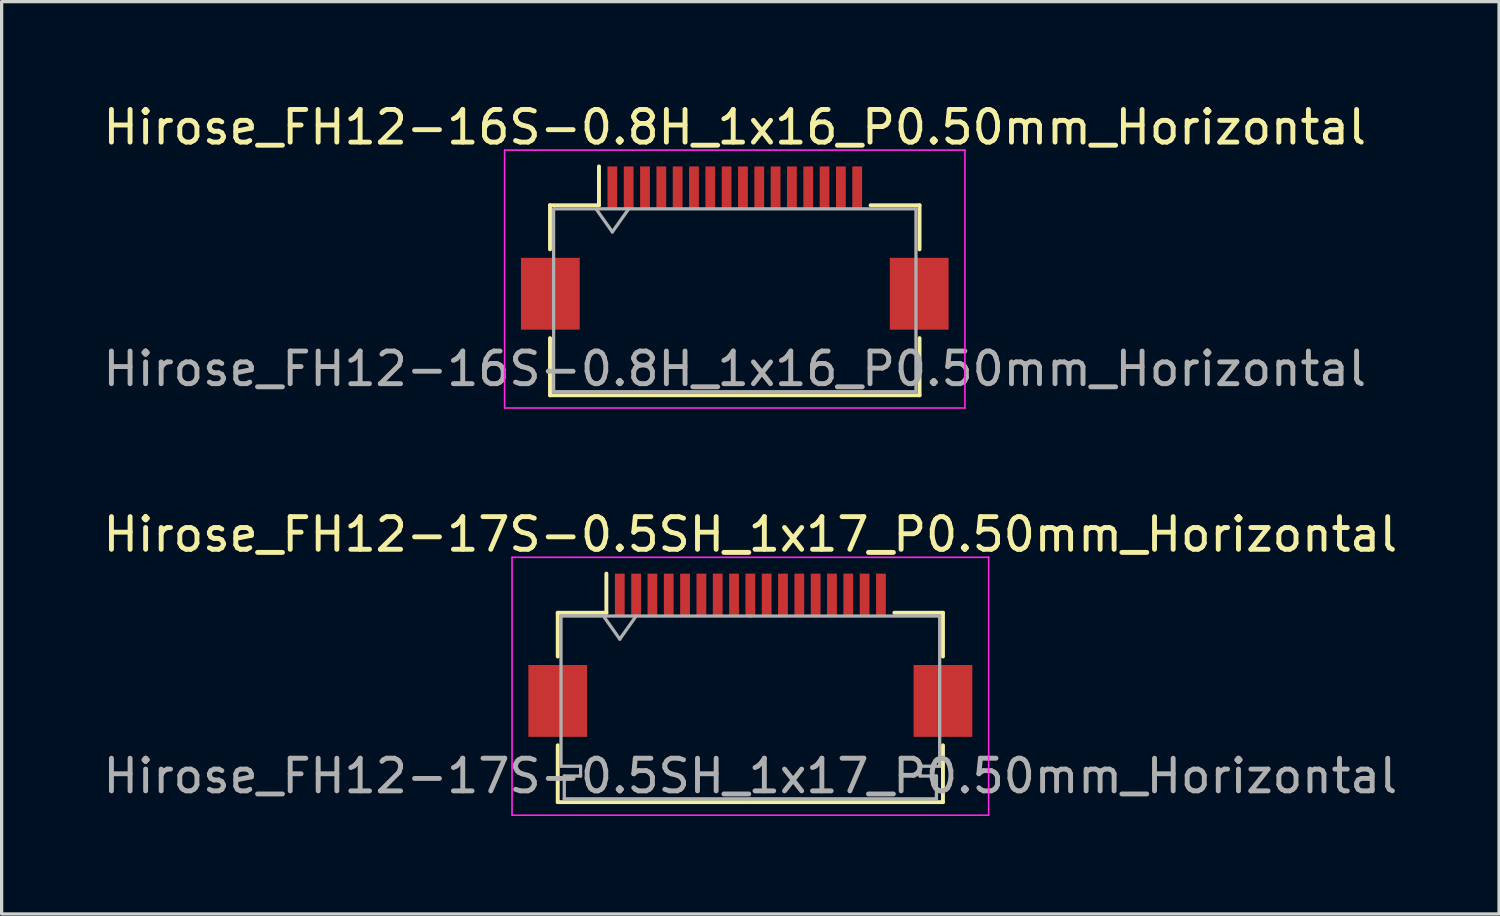
<source format=kicad_pcb>
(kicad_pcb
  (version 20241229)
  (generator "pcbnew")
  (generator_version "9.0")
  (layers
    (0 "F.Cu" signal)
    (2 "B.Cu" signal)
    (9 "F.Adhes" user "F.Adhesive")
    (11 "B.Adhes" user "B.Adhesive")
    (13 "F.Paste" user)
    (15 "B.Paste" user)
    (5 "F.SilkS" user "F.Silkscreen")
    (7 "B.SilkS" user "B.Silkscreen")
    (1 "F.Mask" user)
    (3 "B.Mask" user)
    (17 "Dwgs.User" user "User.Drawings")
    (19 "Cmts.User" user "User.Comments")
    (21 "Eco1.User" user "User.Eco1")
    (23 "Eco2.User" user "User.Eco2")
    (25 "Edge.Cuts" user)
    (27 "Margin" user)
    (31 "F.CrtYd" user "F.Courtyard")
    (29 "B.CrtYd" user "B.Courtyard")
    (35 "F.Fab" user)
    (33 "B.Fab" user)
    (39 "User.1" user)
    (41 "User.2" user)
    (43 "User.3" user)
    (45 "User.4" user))
  (footprint "Hirose_FH12-16S-0.8H_1x16_P0.50mm_Horizontal"
    (layer "F.Cu")
    (at 19.458 4.548)
    (property "Reference" "Hirose_FH12-16S-0.8H_1x16_P0.50mm_Horizontal" (at 0 -3.7 0) (layer "F.SilkS") (effects (font (size 1 1) (thickness 0.15))))
    (attr smd)
    (fp_line (start -5.66 -1.31) (end -4.16 -1.31) (stroke (width 0.12) (type solid)) (layer "F.SilkS"))
    (fp_line (start -5.66 0.04) (end -5.66 -1.31) (stroke (width 0.12) (type solid)) (layer "F.SilkS"))
    (fp_line (start -5.66 2.76) (end -5.66 4.51) (stroke (width 0.12) (type solid)) (layer "F.SilkS"))
    (fp_line (start -5.66 4.51) (end 5.66 4.51) (stroke (width 0.12) (type solid)) (layer "F.SilkS"))
    (fp_line (start -4.16 -1.31) (end -4.16 -2.5) (stroke (width 0.12) (type solid)) (layer "F.SilkS"))
    (fp_line (start 5.66 -1.31) (end 4.16 -1.31) (stroke (width 0.12) (type solid)) (layer "F.SilkS"))
    (fp_line (start 5.66 0.04) (end 5.66 -1.31) (stroke (width 0.12) (type solid)) (layer "F.SilkS"))
    (fp_line (start 5.66 4.51) (end 5.66 2.76) (stroke (width 0.12) (type solid)) (layer "F.SilkS"))
    (fp_line (start -7.05 -3) (end -7.05 4.9) (stroke (width 0.05) (type solid)) (layer "F.CrtYd"))
    (fp_line (start -7.05 4.9) (end 7.05 4.9) (stroke (width 0.05) (type solid)) (layer "F.CrtYd"))
    (fp_line (start 7.05 -3) (end -7.05 -3) (stroke (width 0.05) (type solid)) (layer "F.CrtYd"))
    (fp_line (start 7.05 4.9) (end 7.05 -3) (stroke (width 0.05) (type solid)) (layer "F.CrtYd"))
    (fp_line (start -5.55 -1.2) (end -5.55 4.4) (stroke (width 0.1) (type solid)) (layer "F.Fab"))
    (fp_line (start -5.55 -1.2) (end 5.55 -1.2) (stroke (width 0.1) (type solid)) (layer "F.Fab"))
    (fp_line (start -5.55 4.4) (end 5.55 4.4) (stroke (width 0.1) (type solid)) (layer "F.Fab"))
    (fp_line (start -4.25 -1.2) (end -3.75 -0.493) (stroke (width 0.1) (type solid)) (layer "F.Fab"))
    (fp_line (start -3.75 -0.493) (end -3.25 -1.2) (stroke (width 0.1) (type solid)) (layer "F.Fab"))
    (fp_line (start 5.55 -1.2) (end 5.55 4.4) (stroke (width 0.1) (type solid)) (layer "F.Fab"))
    (fp_text user "${REFERENCE}" (at 0 3.7 0) (layer "F.Fab") (effects (font (size 1 1) (thickness 0.15))))
    (pad "" smd rect (at -5.65 1.4) (size 1.8 2.2) (layers "F.Cu" "F.Mask" "F.Paste"))
    (pad "" smd rect (at 5.65 1.4) (size 1.8 2.2) (layers "F.Cu" "F.Mask" "F.Paste"))
    (pad "1" smd rect (at -3.75 -1.85) (size 0.3 1.3) (layers "F.Cu" "F.Mask" "F.Paste"))
    (pad "2" smd rect (at -3.25 -1.85) (size 0.3 1.3) (layers "F.Cu" "F.Mask" "F.Paste"))
    (pad "3" smd rect (at -2.75 -1.85) (size 0.3 1.3) (layers "F.Cu" "F.Mask" "F.Paste"))
    (pad "4" smd rect (at -2.25 -1.85) (size 0.3 1.3) (layers "F.Cu" "F.Mask" "F.Paste"))
    (pad "5" smd rect (at -1.75 -1.85) (size 0.3 1.3) (layers "F.Cu" "F.Mask" "F.Paste"))
    (pad "6" smd rect (at -1.25 -1.85) (size 0.3 1.3) (layers "F.Cu" "F.Mask" "F.Paste"))
    (pad "7" smd rect (at -0.75 -1.85) (size 0.3 1.3) (layers "F.Cu" "F.Mask" "F.Paste"))
    (pad "8" smd rect (at -0.25 -1.85) (size 0.3 1.3) (layers "F.Cu" "F.Mask" "F.Paste"))
    (pad "9" smd rect (at 0.25 -1.85) (size 0.3 1.3) (layers "F.Cu" "F.Mask" "F.Paste"))
    (pad "10" smd rect (at 0.75 -1.85) (size 0.3 1.3) (layers "F.Cu" "F.Mask" "F.Paste"))
    (pad "11" smd rect (at 1.25 -1.85) (size 0.3 1.3) (layers "F.Cu" "F.Mask" "F.Paste"))
    (pad "12" smd rect (at 1.75 -1.85) (size 0.3 1.3) (layers "F.Cu" "F.Mask" "F.Paste"))
    (pad "13" smd rect (at 2.25 -1.85) (size 0.3 1.3) (layers "F.Cu" "F.Mask" "F.Paste"))
    (pad "14" smd rect (at 2.75 -1.85) (size 0.3 1.3) (layers "F.Cu" "F.Mask" "F.Paste"))
    (pad "15" smd rect (at 3.25 -1.85) (size 0.3 1.3) (layers "F.Cu" "F.Mask" "F.Paste"))
    (pad "16" smd rect (at 3.75 -1.85) (size 0.3 1.3) (layers "F.Cu" "F.Mask" "F.Paste")))
  (footprint "Hirose_FH12-17S-0.5SH_1x17_P0.50mm_Horizontal"
    (layer "F.Cu")
    (at 19.935 17.021)
    (property "Reference" "Hirose_FH12-17S-0.5SH_1x17_P0.50mm_Horizontal" (at 0 -3.7 0) (layer "F.SilkS") (effects (font (size 1 1) (thickness 0.15))))
    (attr smd)
    (fp_line (start -5.9 -1.3) (end -5.9 0.04) (stroke (width 0.12) (type solid)) (layer "F.SilkS"))
    (fp_line (start -5.9 2.76) (end -5.9 4.5) (stroke (width 0.12) (type solid)) (layer "F.SilkS"))
    (fp_line (start -5.9 4.5) (end 5.9 4.5) (stroke (width 0.12) (type solid)) (layer "F.SilkS"))
    (fp_line (start -4.41 -1.3) (end -5.9 -1.3) (stroke (width 0.12) (type solid)) (layer "F.SilkS"))
    (fp_line (start -4.41 -1.3) (end -4.41 -2.5) (stroke (width 0.12) (type solid)) (layer "F.SilkS"))
    (fp_line (start 4.41 -1.3) (end 5.9 -1.3) (stroke (width 0.12) (type solid)) (layer "F.SilkS"))
    (fp_line (start 5.9 -1.3) (end 5.9 0.04) (stroke (width 0.12) (type solid)) (layer "F.SilkS"))
    (fp_line (start 5.9 4.5) (end 5.9 2.76) (stroke (width 0.12) (type solid)) (layer "F.SilkS"))
    (fp_line (start -7.3 -3) (end -7.3 4.9) (stroke (width 0.05) (type solid)) (layer "F.CrtYd"))
    (fp_line (start -7.3 4.9) (end 7.3 4.9) (stroke (width 0.05) (type solid)) (layer "F.CrtYd"))
    (fp_line (start 7.3 -3) (end -7.3 -3) (stroke (width 0.05) (type solid)) (layer "F.CrtYd"))
    (fp_line (start 7.3 4.9) (end 7.3 -3) (stroke (width 0.05) (type solid)) (layer "F.CrtYd"))
    (fp_line (start -5.8 -1.2) (end -5.8 3.4) (stroke (width 0.1) (type solid)) (layer "F.Fab"))
    (fp_line (start -5.8 3.4) (end -5.2 3.4) (stroke (width 0.1) (type solid)) (layer "F.Fab"))
    (fp_line (start -5.7 3.7) (end -5.7 4.4) (stroke (width 0.1) (type solid)) (layer "F.Fab"))
    (fp_line (start -5.7 4.4) (end 0 4.4) (stroke (width 0.1) (type solid)) (layer "F.Fab"))
    (fp_line (start -5.2 3.4) (end -5.2 3.7) (stroke (width 0.1) (type solid)) (layer "F.Fab"))
    (fp_line (start -5.2 3.7) (end -5.7 3.7) (stroke (width 0.1) (type solid)) (layer "F.Fab"))
    (fp_line (start -4.5 -1.2) (end -4 -0.493) (stroke (width 0.1) (type solid)) (layer "F.Fab"))
    (fp_line (start -4 -0.493) (end -3.5 -1.2) (stroke (width 0.1) (type solid)) (layer "F.Fab"))
    (fp_line (start 0 -1.2) (end -5.8 -1.2) (stroke (width 0.1) (type solid)) (layer "F.Fab"))
    (fp_line (start 0 -1.2) (end 5.8 -1.2) (stroke (width 0.1) (type solid)) (layer "F.Fab"))
    (fp_line (start 5.2 3.4) (end 5.2 3.7) (stroke (width 0.1) (type solid)) (layer "F.Fab"))
    (fp_line (start 5.2 3.7) (end 5.7 3.7) (stroke (width 0.1) (type solid)) (layer "F.Fab"))
    (fp_line (start 5.7 3.7) (end 5.7 4.4) (stroke (width 0.1) (type solid)) (layer "F.Fab"))
    (fp_line (start 5.7 4.4) (end 0 4.4) (stroke (width 0.1) (type solid)) (layer "F.Fab"))
    (fp_line (start 5.8 -1.2) (end 5.8 3.4) (stroke (width 0.1) (type solid)) (layer "F.Fab"))
    (fp_line (start 5.8 3.4) (end 5.2 3.4) (stroke (width 0.1) (type solid)) (layer "F.Fab"))
    (fp_text user "${REFERENCE}" (at 0 3.7 0) (layer "F.Fab") (effects (font (size 1 1) (thickness 0.15))))
    (pad "" smd rect (at -5.9 1.4) (size 1.8 2.2) (layers "F.Cu" "F.Mask" "F.Paste"))
    (pad "" smd rect (at 5.9 1.4) (size 1.8 2.2) (layers "F.Cu" "F.Mask" "F.Paste"))
    (pad "1" smd rect (at -4 -1.85) (size 0.3 1.3) (layers "F.Cu" "F.Mask" "F.Paste"))
    (pad "2" smd rect (at -3.5 -1.85) (size 0.3 1.3) (layers "F.Cu" "F.Mask" "F.Paste"))
    (pad "3" smd rect (at -3 -1.85) (size 0.3 1.3) (layers "F.Cu" "F.Mask" "F.Paste"))
    (pad "4" smd rect (at -2.5 -1.85) (size 0.3 1.3) (layers "F.Cu" "F.Mask" "F.Paste"))
    (pad "5" smd rect (at -2 -1.85) (size 0.3 1.3) (layers "F.Cu" "F.Mask" "F.Paste"))
    (pad "6" smd rect (at -1.5 -1.85) (size 0.3 1.3) (layers "F.Cu" "F.Mask" "F.Paste"))
    (pad "7" smd rect (at -1 -1.85) (size 0.3 1.3) (layers "F.Cu" "F.Mask" "F.Paste"))
    (pad "8" smd rect (at -0.5 -1.85) (size 0.3 1.3) (layers "F.Cu" "F.Mask" "F.Paste"))
    (pad "9" smd rect (at 0 -1.85) (size 0.3 1.3) (layers "F.Cu" "F.Mask" "F.Paste"))
    (pad "10" smd rect (at 0.5 -1.85) (size 0.3 1.3) (layers "F.Cu" "F.Mask" "F.Paste"))
    (pad "11" smd rect (at 1 -1.85) (size 0.3 1.3) (layers "F.Cu" "F.Mask" "F.Paste"))
    (pad "12" smd rect (at 1.5 -1.85) (size 0.3 1.3) (layers "F.Cu" "F.Mask" "F.Paste"))
    (pad "13" smd rect (at 2 -1.85) (size 0.3 1.3) (layers "F.Cu" "F.Mask" "F.Paste"))
    (pad "14" smd rect (at 2.5 -1.85) (size 0.3 1.3) (layers "F.Cu" "F.Mask" "F.Paste"))
    (pad "15" smd rect (at 3 -1.85) (size 0.3 1.3) (layers "F.Cu" "F.Mask" "F.Paste"))
    (pad "16" smd rect (at 3.5 -1.85) (size 0.3 1.3) (layers "F.Cu" "F.Mask" "F.Paste"))
    (pad "17" smd rect (at 4 -1.85) (size 0.3 1.3) (layers "F.Cu" "F.Mask" "F.Paste")))
  (gr_rect
    (start -3 -3)
    (end 42.869 24.947)
    (stroke (width 0.1) (type default))
    (fill no)
    (layer "Edge.Cuts")))
</source>
